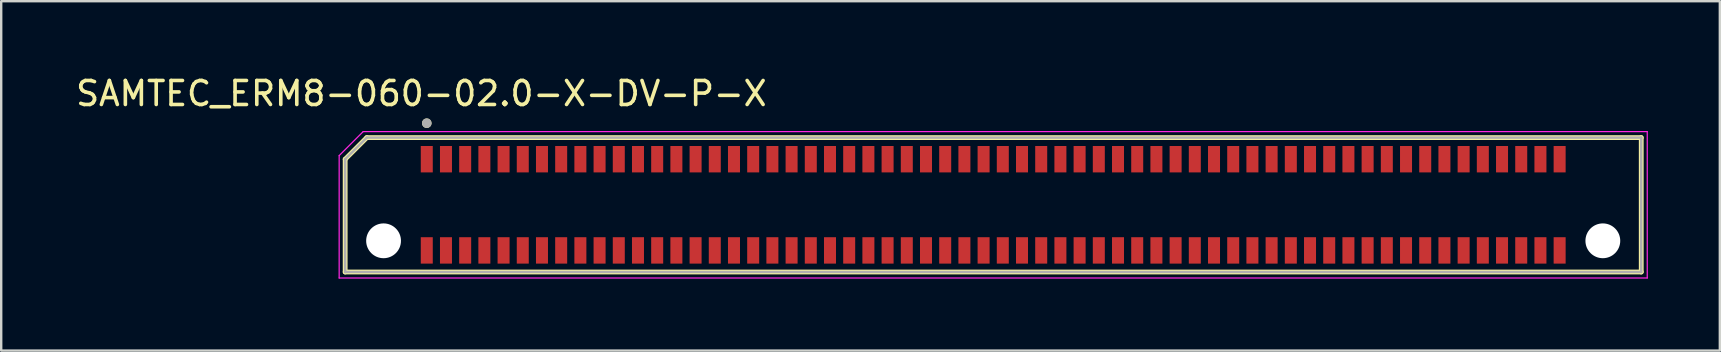
<source format=kicad_pcb>
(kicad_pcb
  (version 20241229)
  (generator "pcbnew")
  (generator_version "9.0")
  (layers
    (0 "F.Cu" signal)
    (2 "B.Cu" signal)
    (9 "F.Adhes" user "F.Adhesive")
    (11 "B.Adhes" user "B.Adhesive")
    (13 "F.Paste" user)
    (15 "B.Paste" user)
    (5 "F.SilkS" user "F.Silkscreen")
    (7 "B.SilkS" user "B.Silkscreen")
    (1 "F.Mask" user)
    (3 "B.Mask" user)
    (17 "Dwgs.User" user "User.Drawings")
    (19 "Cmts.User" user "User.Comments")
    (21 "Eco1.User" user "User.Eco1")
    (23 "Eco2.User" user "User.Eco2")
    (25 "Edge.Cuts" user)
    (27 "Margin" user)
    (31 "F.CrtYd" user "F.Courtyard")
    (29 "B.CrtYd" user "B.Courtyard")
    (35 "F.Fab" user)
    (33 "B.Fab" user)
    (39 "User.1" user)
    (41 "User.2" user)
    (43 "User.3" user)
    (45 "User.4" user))
  (footprint "SAMTEC_ERM8-060-02.0-X-DV-P-X"
    (layer "F.Cu")
    (at 38.331 5.483)
    (property "Reference" "SAMTEC_ERM8-060-02.0-X-DV-P-X" (at -23.825 -4.635 0) (layer "F.SilkS") (effects (font (size 1 1) (thickness 0.15))))
    (attr smd)
    (fp_line (start -27 -1.9) (end -26.1 -2.8) (stroke (width 0.2) (type solid)) (layer "F.SilkS"))
    (fp_line (start -27 2.8) (end -27 -1.9) (stroke (width 0.2) (type solid)) (layer "F.SilkS"))
    (fp_line (start -26.1 -2.8) (end 27 -2.8) (stroke (width 0.2) (type solid)) (layer "F.SilkS"))
    (fp_line (start 27 -2.8) (end 27 2.8) (stroke (width 0.2) (type solid)) (layer "F.SilkS"))
    (fp_line (start 27 2.8) (end -27 2.8) (stroke (width 0.2) (type solid)) (layer "F.SilkS"))
    (fp_circle (center -23.6 -3.4) (end -23.5 -3.4) (stroke (width 0.2) (type solid)) (fill no) (layer "F.SilkS"))
    (fp_line (start -27.25 -2.05) (end -26.25 -3.05) (stroke (width 0.05) (type solid)) (layer "F.CrtYd"))
    (fp_line (start -27.25 3.05) (end -27.25 -2.05) (stroke (width 0.05) (type solid)) (layer "F.CrtYd"))
    (fp_line (start -26.25 -3.05) (end 27.25 -3.05) (stroke (width 0.05) (type solid)) (layer "F.CrtYd"))
    (fp_line (start 27.25 -3.05) (end 27.25 3.05) (stroke (width 0.05) (type solid)) (layer "F.CrtYd"))
    (fp_line (start 27.25 3.05) (end -27.25 3.05) (stroke (width 0.05) (type solid)) (layer "F.CrtYd"))
    (fp_line (start -27 -1.9) (end -26.1 -2.8) (stroke (width 0.1) (type solid)) (layer "F.Fab"))
    (fp_line (start -27 2.8) (end -27 -1.9) (stroke (width 0.1) (type solid)) (layer "F.Fab"))
    (fp_line (start -26.1 -2.8) (end 27 -2.8) (stroke (width 0.1) (type solid)) (layer "F.Fab"))
    (fp_line (start 27 -2.8) (end 27 2.8) (stroke (width 0.1) (type solid)) (layer "F.Fab"))
    (fp_line (start 27 2.8) (end -27 2.8) (stroke (width 0.1) (type solid)) (layer "F.Fab"))
    (fp_circle (center -23.6 -3.4) (end -23.5 -3.4) (stroke (width 0.2) (type solid)) (fill no) (layer "F.Fab"))
    (pad "" np_thru_hole circle (at -25.4 1.5) (size 1.45 1.45) (drill 1.45) (layers "*.Cu" "*.Mask"))
    (pad "" np_thru_hole circle (at 25.4 1.5) (size 1.45 1.45) (drill 1.45) (layers "*.Cu" "*.Mask"))
    (pad "01" smd rect (at -23.6 -1.9) (size 0.5 1.1) (layers "F.Cu" "F.Mask" "F.Paste"))
    (pad "02" smd rect (at -23.6 1.9) (size 0.5 1.1) (layers "F.Cu" "F.Mask" "F.Paste"))
    (pad "03" smd rect (at -22.8 -1.9) (size 0.5 1.1) (layers "F.Cu" "F.Mask" "F.Paste"))
    (pad "04" smd rect (at -22.8 1.9) (size 0.5 1.1) (layers "F.Cu" "F.Mask" "F.Paste"))
    (pad "05" smd rect (at -22 -1.9) (size 0.5 1.1) (layers "F.Cu" "F.Mask" "F.Paste"))
    (pad "06" smd rect (at -22 1.9) (size 0.5 1.1) (layers "F.Cu" "F.Mask" "F.Paste"))
    (pad "07" smd rect (at -21.2 -1.9) (size 0.5 1.1) (layers "F.Cu" "F.Mask" "F.Paste"))
    (pad "08" smd rect (at -21.2 1.9) (size 0.5 1.1) (layers "F.Cu" "F.Mask" "F.Paste"))
    (pad "09" smd rect (at -20.4 -1.9) (size 0.5 1.1) (layers "F.Cu" "F.Mask" "F.Paste"))
    (pad "10" smd rect (at -20.4 1.9) (size 0.5 1.1) (layers "F.Cu" "F.Mask" "F.Paste"))
    (pad "11" smd rect (at -19.6 -1.9) (size 0.5 1.1) (layers "F.Cu" "F.Mask" "F.Paste"))
    (pad "12" smd rect (at -19.6 1.9) (size 0.5 1.1) (layers "F.Cu" "F.Mask" "F.Paste"))
    (pad "13" smd rect (at -18.8 -1.9) (size 0.5 1.1) (layers "F.Cu" "F.Mask" "F.Paste"))
    (pad "14" smd rect (at -18.8 1.9) (size 0.5 1.1) (layers "F.Cu" "F.Mask" "F.Paste"))
    (pad "15" smd rect (at -18 -1.9) (size 0.5 1.1) (layers "F.Cu" "F.Mask" "F.Paste"))
    (pad "16" smd rect (at -18 1.9) (size 0.5 1.1) (layers "F.Cu" "F.Mask" "F.Paste"))
    (pad "17" smd rect (at -17.2 -1.9) (size 0.5 1.1) (layers "F.Cu" "F.Mask" "F.Paste"))
    (pad "18" smd rect (at -17.2 1.9) (size 0.5 1.1) (layers "F.Cu" "F.Mask" "F.Paste"))
    (pad "19" smd rect (at -16.4 -1.9) (size 0.5 1.1) (layers "F.Cu" "F.Mask" "F.Paste"))
    (pad "20" smd rect (at -16.4 1.9) (size 0.5 1.1) (layers "F.Cu" "F.Mask" "F.Paste"))
    (pad "21" smd rect (at -15.6 -1.9) (size 0.5 1.1) (layers "F.Cu" "F.Mask" "F.Paste"))
    (pad "22" smd rect (at -15.6 1.9) (size 0.5 1.1) (layers "F.Cu" "F.Mask" "F.Paste"))
    (pad "23" smd rect (at -14.8 -1.9) (size 0.5 1.1) (layers "F.Cu" "F.Mask" "F.Paste"))
    (pad "24" smd rect (at -14.8 1.9) (size 0.5 1.1) (layers "F.Cu" "F.Mask" "F.Paste"))
    (pad "25" smd rect (at -14 -1.9) (size 0.5 1.1) (layers "F.Cu" "F.Mask" "F.Paste"))
    (pad "26" smd rect (at -14 1.9) (size 0.5 1.1) (layers "F.Cu" "F.Mask" "F.Paste"))
    (pad "27" smd rect (at -13.2 -1.9) (size 0.5 1.1) (layers "F.Cu" "F.Mask" "F.Paste"))
    (pad "28" smd rect (at -13.2 1.9) (size 0.5 1.1) (layers "F.Cu" "F.Mask" "F.Paste"))
    (pad "29" smd rect (at -12.4 -1.9) (size 0.5 1.1) (layers "F.Cu" "F.Mask" "F.Paste"))
    (pad "30" smd rect (at -12.4 1.9) (size 0.5 1.1) (layers "F.Cu" "F.Mask" "F.Paste"))
    (pad "31" smd rect (at -11.6 -1.9) (size 0.5 1.1) (layers "F.Cu" "F.Mask" "F.Paste"))
    (pad "32" smd rect (at -11.6 1.9) (size 0.5 1.1) (layers "F.Cu" "F.Mask" "F.Paste"))
    (pad "33" smd rect (at -10.8 -1.9) (size 0.5 1.1) (layers "F.Cu" "F.Mask" "F.Paste"))
    (pad "34" smd rect (at -10.8 1.9) (size 0.5 1.1) (layers "F.Cu" "F.Mask" "F.Paste"))
    (pad "35" smd rect (at -10 -1.9) (size 0.5 1.1) (layers "F.Cu" "F.Mask" "F.Paste"))
    (pad "36" smd rect (at -10 1.9) (size 0.5 1.1) (layers "F.Cu" "F.Mask" "F.Paste"))
    (pad "37" smd rect (at -9.2 -1.9) (size 0.5 1.1) (layers "F.Cu" "F.Mask" "F.Paste"))
    (pad "38" smd rect (at -9.2 1.9) (size 0.5 1.1) (layers "F.Cu" "F.Mask" "F.Paste"))
    (pad "39" smd rect (at -8.4 -1.9) (size 0.5 1.1) (layers "F.Cu" "F.Mask" "F.Paste"))
    (pad "40" smd rect (at -8.4 1.9) (size 0.5 1.1) (layers "F.Cu" "F.Mask" "F.Paste"))
    (pad "41" smd rect (at -7.6 -1.9) (size 0.5 1.1) (layers "F.Cu" "F.Mask" "F.Paste"))
    (pad "42" smd rect (at -7.6 1.9) (size 0.5 1.1) (layers "F.Cu" "F.Mask" "F.Paste"))
    (pad "43" smd rect (at -6.8 -1.9) (size 0.5 1.1) (layers "F.Cu" "F.Mask" "F.Paste"))
    (pad "44" smd rect (at -6.8 1.9) (size 0.5 1.1) (layers "F.Cu" "F.Mask" "F.Paste"))
    (pad "45" smd rect (at -6 -1.9) (size 0.5 1.1) (layers "F.Cu" "F.Mask" "F.Paste"))
    (pad "46" smd rect (at -6 1.9) (size 0.5 1.1) (layers "F.Cu" "F.Mask" "F.Paste"))
    (pad "47" smd rect (at -5.2 -1.9) (size 0.5 1.1) (layers "F.Cu" "F.Mask" "F.Paste"))
    (pad "48" smd rect (at -5.2 1.9) (size 0.5 1.1) (layers "F.Cu" "F.Mask" "F.Paste"))
    (pad "49" smd rect (at -4.4 -1.9) (size 0.5 1.1) (layers "F.Cu" "F.Mask" "F.Paste"))
    (pad "50" smd rect (at -4.4 1.9) (size 0.5 1.1) (layers "F.Cu" "F.Mask" "F.Paste"))
    (pad "51" smd rect (at -3.6 -1.9) (size 0.5 1.1) (layers "F.Cu" "F.Mask" "F.Paste"))
    (pad "52" smd rect (at -3.6 1.9) (size 0.5 1.1) (layers "F.Cu" "F.Mask" "F.Paste"))
    (pad "53" smd rect (at -2.8 -1.9) (size 0.5 1.1) (layers "F.Cu" "F.Mask" "F.Paste"))
    (pad "54" smd rect (at -2.8 1.9) (size 0.5 1.1) (layers "F.Cu" "F.Mask" "F.Paste"))
    (pad "55" smd rect (at -2 -1.9) (size 0.5 1.1) (layers "F.Cu" "F.Mask" "F.Paste"))
    (pad "56" smd rect (at -2 1.9) (size 0.5 1.1) (layers "F.Cu" "F.Mask" "F.Paste"))
    (pad "57" smd rect (at -1.2 -1.9) (size 0.5 1.1) (layers "F.Cu" "F.Mask" "F.Paste"))
    (pad "58" smd rect (at -1.2 1.9) (size 0.5 1.1) (layers "F.Cu" "F.Mask" "F.Paste"))
    (pad "59" smd rect (at -0.4 -1.9) (size 0.5 1.1) (layers "F.Cu" "F.Mask" "F.Paste"))
    (pad "60" smd rect (at -0.4 1.9) (size 0.5 1.1) (layers "F.Cu" "F.Mask" "F.Paste"))
    (pad "61" smd rect (at 0.4 -1.9) (size 0.5 1.1) (layers "F.Cu" "F.Mask" "F.Paste"))
    (pad "62" smd rect (at 0.4 1.9) (size 0.5 1.1) (layers "F.Cu" "F.Mask" "F.Paste"))
    (pad "63" smd rect (at 1.2 -1.9) (size 0.5 1.1) (layers "F.Cu" "F.Mask" "F.Paste"))
    (pad "64" smd rect (at 1.2 1.9) (size 0.5 1.1) (layers "F.Cu" "F.Mask" "F.Paste"))
    (pad "65" smd rect (at 2 -1.9) (size 0.5 1.1) (layers "F.Cu" "F.Mask" "F.Paste"))
    (pad "66" smd rect (at 2 1.9) (size 0.5 1.1) (layers "F.Cu" "F.Mask" "F.Paste"))
    (pad "67" smd rect (at 2.8 -1.9) (size 0.5 1.1) (layers "F.Cu" "F.Mask" "F.Paste"))
    (pad "68" smd rect (at 2.8 1.9) (size 0.5 1.1) (layers "F.Cu" "F.Mask" "F.Paste"))
    (pad "69" smd rect (at 3.6 -1.9) (size 0.5 1.1) (layers "F.Cu" "F.Mask" "F.Paste"))
    (pad "70" smd rect (at 3.6 1.9) (size 0.5 1.1) (layers "F.Cu" "F.Mask" "F.Paste"))
    (pad "71" smd rect (at 4.4 -1.9) (size 0.5 1.1) (layers "F.Cu" "F.Mask" "F.Paste"))
    (pad "72" smd rect (at 4.4 1.9) (size 0.5 1.1) (layers "F.Cu" "F.Mask" "F.Paste"))
    (pad "73" smd rect (at 5.2 -1.9) (size 0.5 1.1) (layers "F.Cu" "F.Mask" "F.Paste"))
    (pad "74" smd rect (at 5.2 1.9) (size 0.5 1.1) (layers "F.Cu" "F.Mask" "F.Paste"))
    (pad "75" smd rect (at 6 -1.9) (size 0.5 1.1) (layers "F.Cu" "F.Mask" "F.Paste"))
    (pad "76" smd rect (at 6 1.9) (size 0.5 1.1) (layers "F.Cu" "F.Mask" "F.Paste"))
    (pad "77" smd rect (at 6.8 -1.9) (size 0.5 1.1) (layers "F.Cu" "F.Mask" "F.Paste"))
    (pad "78" smd rect (at 6.8 1.9) (size 0.5 1.1) (layers "F.Cu" "F.Mask" "F.Paste"))
    (pad "79" smd rect (at 7.6 -1.9) (size 0.5 1.1) (layers "F.Cu" "F.Mask" "F.Paste"))
    (pad "80" smd rect (at 7.6 1.9) (size 0.5 1.1) (layers "F.Cu" "F.Mask" "F.Paste"))
    (pad "81" smd rect (at 8.4 -1.9) (size 0.5 1.1) (layers "F.Cu" "F.Mask" "F.Paste"))
    (pad "82" smd rect (at 8.4 1.9) (size 0.5 1.1) (layers "F.Cu" "F.Mask" "F.Paste"))
    (pad "83" smd rect (at 9.2 -1.9) (size 0.5 1.1) (layers "F.Cu" "F.Mask" "F.Paste"))
    (pad "84" smd rect (at 9.2 1.9) (size 0.5 1.1) (layers "F.Cu" "F.Mask" "F.Paste"))
    (pad "85" smd rect (at 10 -1.9) (size 0.5 1.1) (layers "F.Cu" "F.Mask" "F.Paste"))
    (pad "86" smd rect (at 10 1.9) (size 0.5 1.1) (layers "F.Cu" "F.Mask" "F.Paste"))
    (pad "87" smd rect (at 10.8 -1.9) (size 0.5 1.1) (layers "F.Cu" "F.Mask" "F.Paste"))
    (pad "88" smd rect (at 10.8 1.9) (size 0.5 1.1) (layers "F.Cu" "F.Mask" "F.Paste"))
    (pad "89" smd rect (at 11.6 -1.9) (size 0.5 1.1) (layers "F.Cu" "F.Mask" "F.Paste"))
    (pad "90" smd rect (at 11.6 1.9) (size 0.5 1.1) (layers "F.Cu" "F.Mask" "F.Paste"))
    (pad "91" smd rect (at 12.4 -1.9) (size 0.5 1.1) (layers "F.Cu" "F.Mask" "F.Paste"))
    (pad "92" smd rect (at 12.4 1.9) (size 0.5 1.1) (layers "F.Cu" "F.Mask" "F.Paste"))
    (pad "93" smd rect (at 13.2 -1.9) (size 0.5 1.1) (layers "F.Cu" "F.Mask" "F.Paste"))
    (pad "94" smd rect (at 13.2 1.9) (size 0.5 1.1) (layers "F.Cu" "F.Mask" "F.Paste"))
    (pad "95" smd rect (at 14 -1.9) (size 0.5 1.1) (layers "F.Cu" "F.Mask" "F.Paste"))
    (pad "96" smd rect (at 14 1.9) (size 0.5 1.1) (layers "F.Cu" "F.Mask" "F.Paste"))
    (pad "97" smd rect (at 14.8 -1.9) (size 0.5 1.1) (layers "F.Cu" "F.Mask" "F.Paste"))
    (pad "98" smd rect (at 14.8 1.9) (size 0.5 1.1) (layers "F.Cu" "F.Mask" "F.Paste"))
    (pad "99" smd rect (at 15.6 -1.9) (size 0.5 1.1) (layers "F.Cu" "F.Mask" "F.Paste"))
    (pad "100" smd rect (at 15.6 1.9) (size 0.5 1.1) (layers "F.Cu" "F.Mask" "F.Paste"))
    (pad "101" smd rect (at 16.4 -1.9) (size 0.5 1.1) (layers "F.Cu" "F.Mask" "F.Paste"))
    (pad "102" smd rect (at 16.4 1.9) (size 0.5 1.1) (layers "F.Cu" "F.Mask" "F.Paste"))
    (pad "103" smd rect (at 17.2 -1.9) (size 0.5 1.1) (layers "F.Cu" "F.Mask" "F.Paste"))
    (pad "104" smd rect (at 17.2 1.9) (size 0.5 1.1) (layers "F.Cu" "F.Mask" "F.Paste"))
    (pad "105" smd rect (at 18 -1.9) (size 0.5 1.1) (layers "F.Cu" "F.Mask" "F.Paste"))
    (pad "106" smd rect (at 18 1.9) (size 0.5 1.1) (layers "F.Cu" "F.Mask" "F.Paste"))
    (pad "107" smd rect (at 18.8 -1.9) (size 0.5 1.1) (layers "F.Cu" "F.Mask" "F.Paste"))
    (pad "108" smd rect (at 18.8 1.9) (size 0.5 1.1) (layers "F.Cu" "F.Mask" "F.Paste"))
    (pad "109" smd rect (at 19.6 -1.9) (size 0.5 1.1) (layers "F.Cu" "F.Mask" "F.Paste"))
    (pad "110" smd rect (at 19.6 1.9) (size 0.5 1.1) (layers "F.Cu" "F.Mask" "F.Paste"))
    (pad "111" smd rect (at 20.4 -1.9) (size 0.5 1.1) (layers "F.Cu" "F.Mask" "F.Paste"))
    (pad "112" smd rect (at 20.4 1.9) (size 0.5 1.1) (layers "F.Cu" "F.Mask" "F.Paste"))
    (pad "113" smd rect (at 21.2 -1.9) (size 0.5 1.1) (layers "F.Cu" "F.Mask" "F.Paste"))
    (pad "114" smd rect (at 21.2 1.9) (size 0.5 1.1) (layers "F.Cu" "F.Mask" "F.Paste"))
    (pad "115" smd rect (at 22 -1.9) (size 0.5 1.1) (layers "F.Cu" "F.Mask" "F.Paste"))
    (pad "116" smd rect (at 22 1.9) (size 0.5 1.1) (layers "F.Cu" "F.Mask" "F.Paste"))
    (pad "117" smd rect (at 22.8 -1.9) (size 0.5 1.1) (layers "F.Cu" "F.Mask" "F.Paste"))
    (pad "118" smd rect (at 22.8 1.9) (size 0.5 1.1) (layers "F.Cu" "F.Mask" "F.Paste"))
    (pad "119" smd rect (at 23.6 -1.9) (size 0.5 1.1) (layers "F.Cu" "F.Mask" "F.Paste"))
    (pad "120" smd rect (at 23.6 1.9) (size 0.5 1.1) (layers "F.Cu" "F.Mask" "F.Paste")))
  (gr_rect
    (start -3 -3)
    (end 68.606 11.558)
    (stroke (width 0.1) (type default))
    (fill no)
    (layer "Edge.Cuts")))
</source>
